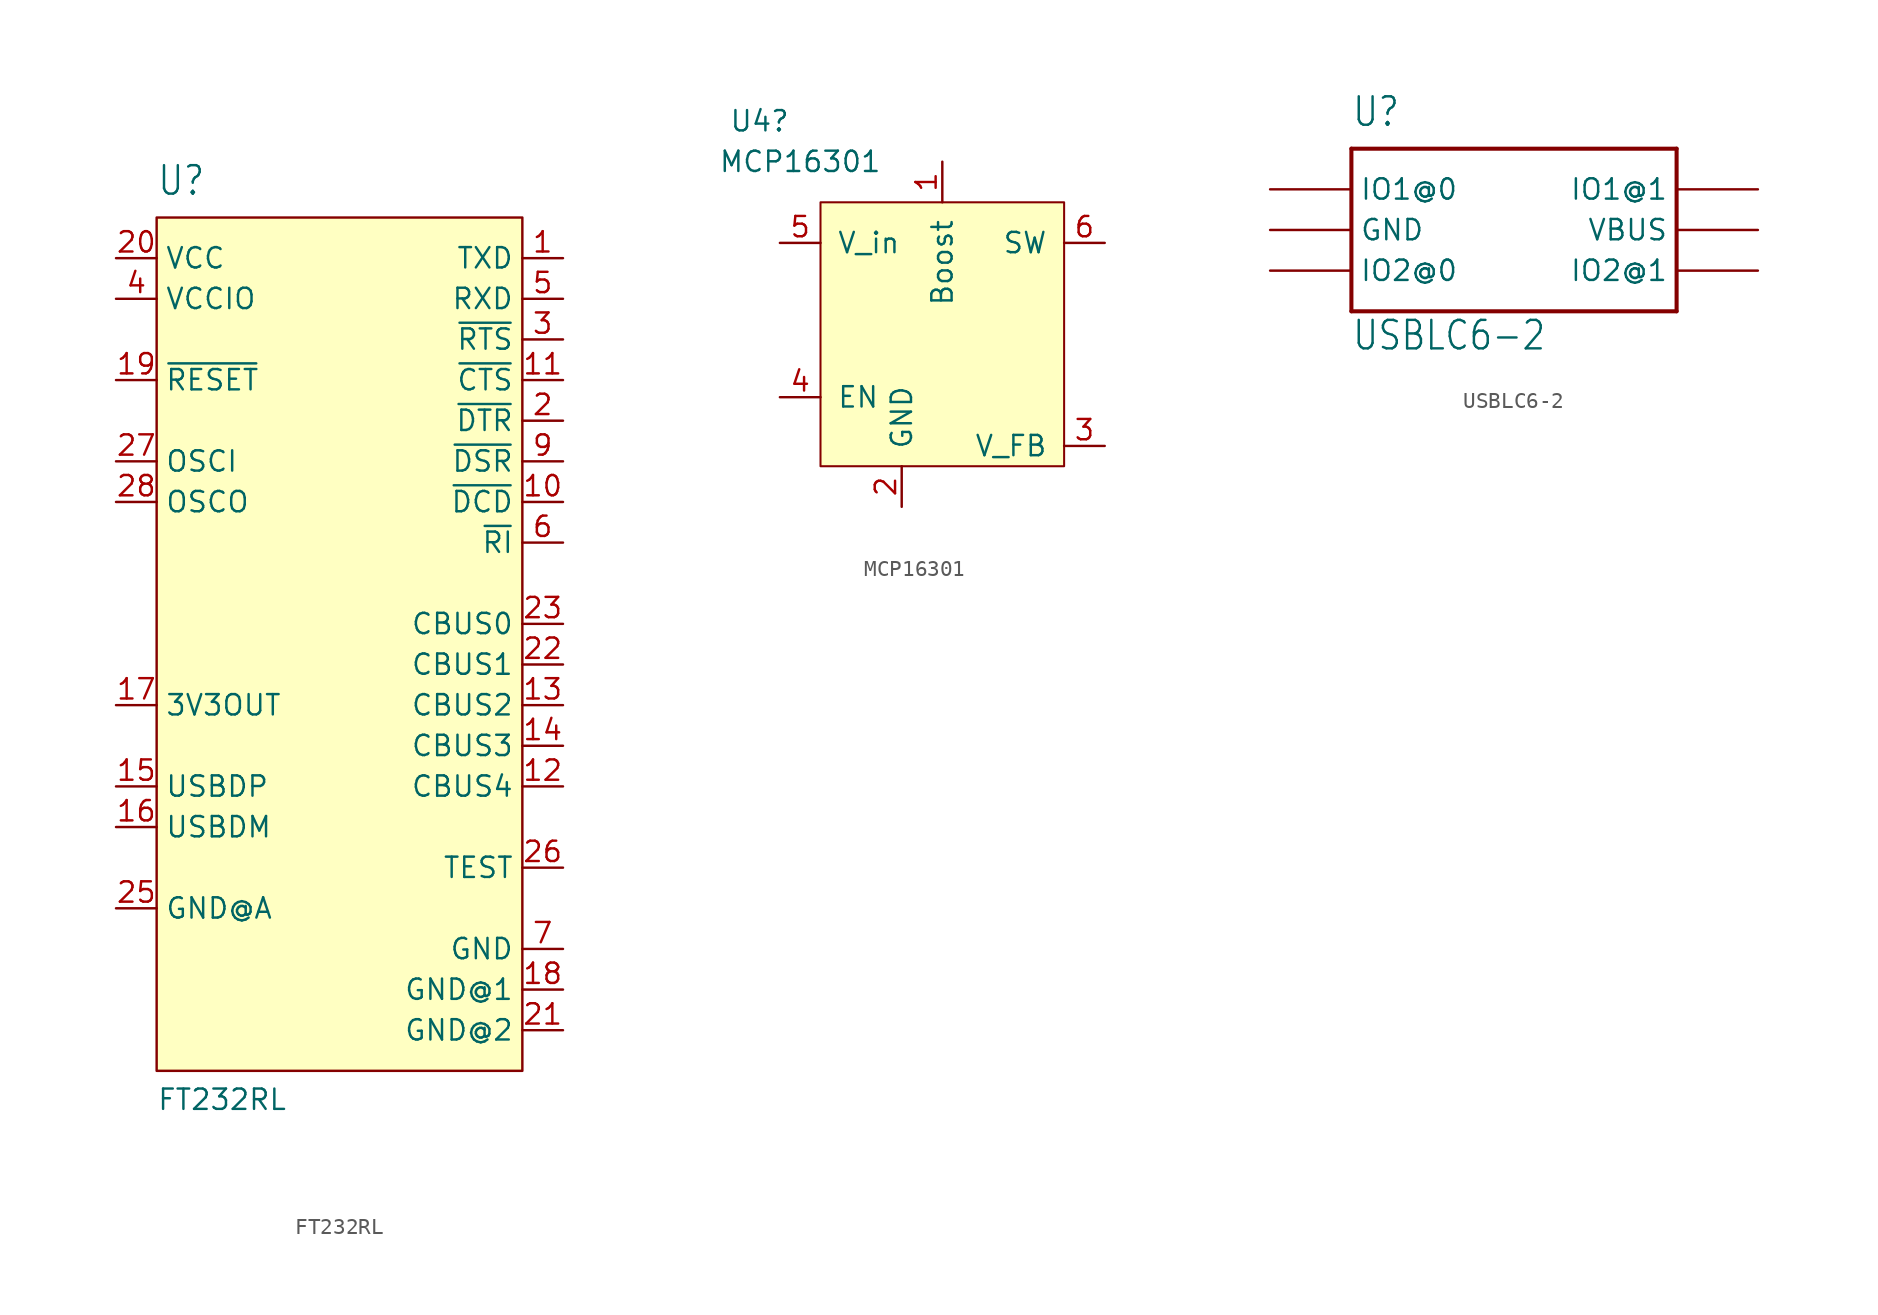
<source format=kicad_sym>
(kicad_symbol_lib
  (version 20211014)
  (generator kicad_symbol_editor)
  (symbol "FT232RL"
    (property "Reference" "U"
      (at -10.16 26.67 0)
      (effects (font (size 1.778 1.511)) (justify left bottom)))
    (property "Value" "FT232RL"
      (at -10.16 -30.48 0)
      (effects (font (size 1.27 1.27)) (justify left bottom)))
    (symbol "FT232RL_1_0"
      (pin output line (at 15.24 22.86 180) (length 2.54) (name "TXD" (effects (font (size 1.27 1.27)))) (number "1" (effects (font (size 1.27 1.27)))))
      (pin input line (at 15.24 7.62 180) (length 2.54) (name "~{DCD}" (effects (font (size 1.27 1.27)))) (number "10" (effects (font (size 1.27 1.27)))))
      (pin input line (at 15.24 15.24 180) (length 2.54) (name "~{CTS}" (effects (font (size 1.27 1.27)))) (number "11" (effects (font (size 1.27 1.27)))))
      (pin bidirectional line (at 15.24 -10.16 180) (length 2.54) (name "CBUS4" (effects (font (size 1.27 1.27)))) (number "12" (effects (font (size 1.27 1.27)))))
      (pin bidirectional line (at 15.24 -5.08 180) (length 2.54) (name "CBUS2" (effects (font (size 1.27 1.27)))) (number "13" (effects (font (size 1.27 1.27)))))
      (pin bidirectional line (at 15.24 -7.62 180) (length 2.54) (name "CBUS3" (effects (font (size 1.27 1.27)))) (number "14" (effects (font (size 1.27 1.27)))))
      (pin bidirectional line (at -12.7 -10.16 0) (length 2.54) (name "USBDP" (effects (font (size 1.27 1.27)))) (number "15" (effects (font (size 1.27 1.27)))))
      (pin bidirectional line (at -12.7 -12.7 0) (length 2.54) (name "USBDM" (effects (font (size 1.27 1.27)))) (number "16" (effects (font (size 1.27 1.27)))))
      (pin output line (at -12.7 -5.08 0) (length 2.54) (name "3V3OUT" (effects (font (size 1.27 1.27)))) (number "17" (effects (font (size 1.27 1.27)))))
      (pin power_in line (at 15.24 -22.86 180) (length 2.54) (name "GND@1" (effects (font (size 1.27 1.27)))) (number "18" (effects (font (size 1.27 1.27)))))
      (pin input line (at -12.7 15.24 0) (length 2.54) (name "~{RESET}" (effects (font (size 1.27 1.27)))) (number "19" (effects (font (size 1.27 1.27)))))
      (pin output line (at 15.24 12.7 180) (length 2.54) (name "~{DTR}" (effects (font (size 1.27 1.27)))) (number "2" (effects (font (size 1.27 1.27)))))
      (pin power_in line (at -12.7 22.86 0) (length 2.54) (name "VCC" (effects (font (size 1.27 1.27)))) (number "20" (effects (font (size 1.27 1.27)))))
      (pin power_in line (at 15.24 -25.4 180) (length 2.54) (name "GND@2" (effects (font (size 1.27 1.27)))) (number "21" (effects (font (size 1.27 1.27)))))
      (pin bidirectional line (at 15.24 -2.54 180) (length 2.54) (name "CBUS1" (effects (font (size 1.27 1.27)))) (number "22" (effects (font (size 1.27 1.27)))))
      (pin bidirectional line (at 15.24 0 180) (length 2.54) (name "CBUS0" (effects (font (size 1.27 1.27)))) (number "23" (effects (font (size 1.27 1.27)))))
      (pin no_connect line (at -12.7 -24.13 0) (length 2.54) hide (name "n.c." (effects (font (size 1.27 1.27)))) (number "24" (effects (font (size 1.27 1.27)))))
      (pin power_in line (at -12.7 -17.78 0) (length 2.54) (name "GND@A" (effects (font (size 1.27 1.27)))) (number "25" (effects (font (size 1.27 1.27)))))
      (pin input line (at 15.24 -15.24 180) (length 2.54) (name "TEST" (effects (font (size 1.27 1.27)))) (number "26" (effects (font (size 1.27 1.27)))))
      (pin input line (at -12.7 10.16 0) (length 2.54) (name "OSCI" (effects (font (size 1.27 1.27)))) (number "27" (effects (font (size 1.27 1.27)))))
      (pin output line (at -12.7 7.62 0) (length 2.54) (name "OSCO" (effects (font (size 1.27 1.27)))) (number "28" (effects (font (size 1.27 1.27)))))
      (pin output line (at 15.24 17.78 180) (length 2.54) (name "~{RTS}" (effects (font (size 1.27 1.27)))) (number "3" (effects (font (size 1.27 1.27)))))
      (pin power_in line (at -12.7 20.32 0) (length 2.54) (name "VCCIO" (effects (font (size 1.27 1.27)))) (number "4" (effects (font (size 1.27 1.27)))))
      (pin input line (at 15.24 20.32 180) (length 2.54) (name "RXD" (effects (font (size 1.27 1.27)))) (number "5" (effects (font (size 1.27 1.27)))))
      (pin input line (at 15.24 5.08 180) (length 2.54) (name "~{RI}" (effects (font (size 1.27 1.27)))) (number "6" (effects (font (size 1.27 1.27)))))
      (pin power_in line (at 15.24 -20.32 180) (length 2.54) (name "GND" (effects (font (size 1.27 1.27)))) (number "7" (effects (font (size 1.27 1.27)))))
      (pin no_connect line (at -12.7 -21.59 0) (length 2.54) hide (name "n.c." (effects (font (size 1.27 1.27)))) (number "8" (effects (font (size 1.27 1.27)))))
      (pin input line (at 15.24 10.16 180) (length 2.54) (name "~{DSR}" (effects (font (size 1.27 1.27)))) (number "9" (effects (font (size 1.27 1.27))))))
    (symbol "FT232RL_1_1"
      (rectangle (start -10.16 25.4) (end 12.7 -27.94) (stroke (width 0.152) (type default) (color 0 0 0 0)) (fill (type background)))))
  (symbol "MCP16301"
    (pin_names
      (offset 1.016))
    (property "Reference" "U4"
      (at -11.43 12.7 0)
      (effects (font (size 1.27 1.27))))
    (property "Value" "MCP16301"
      (at -8.89 10.16 0)
      (effects (font (size 1.27 1.27))))
    (symbol "MCP16301_0_1"
      (rectangle (start -7.62 7.62) (end 7.62 -8.89) (stroke (width 0.127) (type default) (color 0 0 0 0)) (fill (type background))))
    (symbol "MCP16301_1_1"
      (pin passive line (at 0 10.16 270) (length 2.54) (name "Boost" (effects (font (size 1.27 1.27)))) (number "1" (effects (font (size 1.27 1.27)))))
      (pin input line (at -2.54 -11.43 90) (length 2.54) (name "GND" (effects (font (size 1.27 1.27)))) (number "2" (effects (font (size 1.27 1.27)))))
      (pin input line (at 10.16 -7.62 180) (length 2.54) (name "V_FB" (effects (font (size 1.27 1.27)))) (number "3" (effects (font (size 1.27 1.27)))))
      (pin input line (at -10.16 -4.572 0) (length 2.54) (name "EN" (effects (font (size 1.27 1.27)))) (number "4" (effects (font (size 1.27 1.27)))))
      (pin passive line (at -10.16 5.08 0) (length 2.54) (name "V_in" (effects (font (size 1.27 1.27)))) (number "5" (effects (font (size 1.27 1.27)))))
      (pin output line (at 10.16 5.08 180) (length 2.54) (name "SW" (effects (font (size 1.27 1.27)))) (number "6" (effects (font (size 1.27 1.27)))))))
  (symbol "USBLC6-2"
    (property "Reference" "U"
      (at -10.16 8.89 0)
      (effects (font (size 1.778 1.511)) (justify left bottom)))
    (property "Value" "USBLC6-2"
      (at -10.16 -5.08 0)
      (effects (font (size 1.778 1.511)) (justify left bottom)))
    (symbol "USBLC6-2_1_0"
      (polyline (pts (xy -10.16 -2.54) (xy 10.16 -2.54)) (stroke (width 0.254) (type default) (color 0 0 0 0)) (fill (type none)))
      (polyline (pts (xy -10.16 7.62) (xy -10.16 -2.54)) (stroke (width 0.254) (type default) (color 0 0 0 0)) (fill (type none)))
      (polyline (pts (xy 10.16 -2.54) (xy 10.16 7.62)) (stroke (width 0.254) (type default) (color 0 0 0 0)) (fill (type none)))
      (polyline (pts (xy 10.16 7.62) (xy -10.16 7.62)) (stroke (width 0.254) (type default) (color 0 0 0 0)) (fill (type none)))
      (pin bidirectional line (at -15.24 5.08 0) (length 5.08) (name "IO1@0" (effects (font (size 1.27 1.27)))) (number "P$1" (effects (font (size 0 0)))))
      (pin bidirectional line (at -15.24 2.54 0) (length 5.08) (name "GND" (effects (font (size 1.27 1.27)))) (number "P$2" (effects (font (size 0 0)))))
      (pin bidirectional line (at -15.24 0 0) (length 5.08) (name "IO2@0" (effects (font (size 1.27 1.27)))) (number "P$3" (effects (font (size 0 0)))))
      (pin bidirectional line (at 15.24 0 180) (length 5.08) (name "IO2@1" (effects (font (size 1.27 1.27)))) (number "P$4" (effects (font (size 0 0)))))
      (pin bidirectional line (at 15.24 2.54 180) (length 5.08) (name "VBUS" (effects (font (size 1.27 1.27)))) (number "P$5" (effects (font (size 0 0)))))
      (pin bidirectional line (at 15.24 5.08 180) (length 5.08) (name "IO1@1" (effects (font (size 1.27 1.27)))) (number "P$6" (effects (font (size 0 0))))))))
</source>
